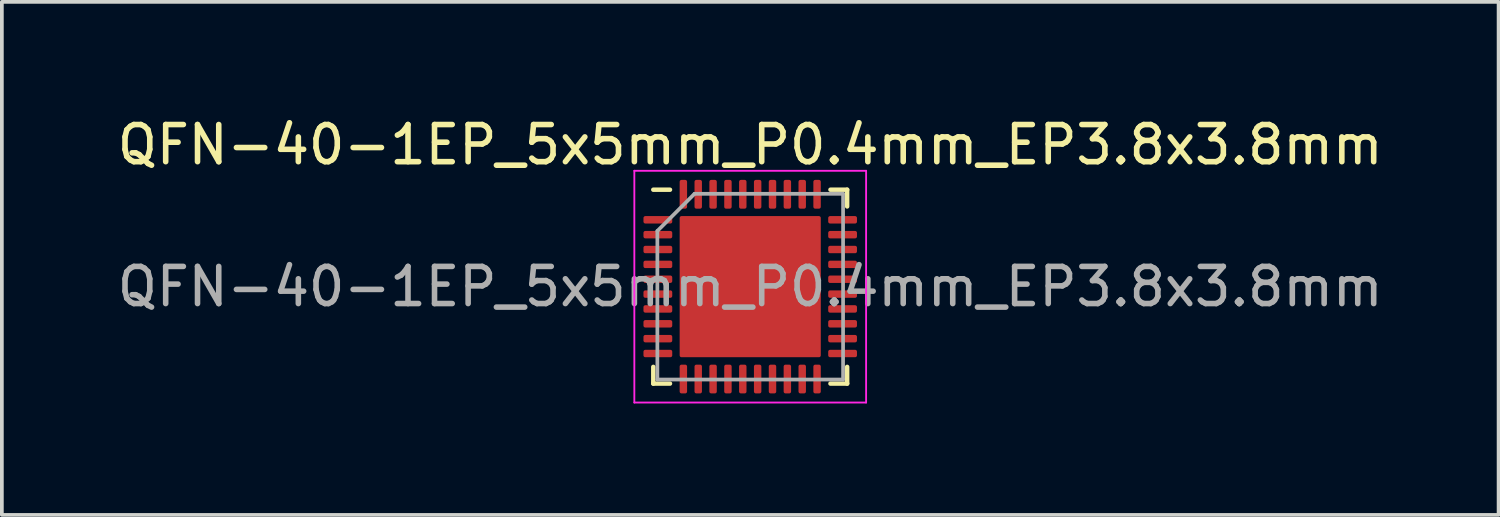
<source format=kicad_pcb>
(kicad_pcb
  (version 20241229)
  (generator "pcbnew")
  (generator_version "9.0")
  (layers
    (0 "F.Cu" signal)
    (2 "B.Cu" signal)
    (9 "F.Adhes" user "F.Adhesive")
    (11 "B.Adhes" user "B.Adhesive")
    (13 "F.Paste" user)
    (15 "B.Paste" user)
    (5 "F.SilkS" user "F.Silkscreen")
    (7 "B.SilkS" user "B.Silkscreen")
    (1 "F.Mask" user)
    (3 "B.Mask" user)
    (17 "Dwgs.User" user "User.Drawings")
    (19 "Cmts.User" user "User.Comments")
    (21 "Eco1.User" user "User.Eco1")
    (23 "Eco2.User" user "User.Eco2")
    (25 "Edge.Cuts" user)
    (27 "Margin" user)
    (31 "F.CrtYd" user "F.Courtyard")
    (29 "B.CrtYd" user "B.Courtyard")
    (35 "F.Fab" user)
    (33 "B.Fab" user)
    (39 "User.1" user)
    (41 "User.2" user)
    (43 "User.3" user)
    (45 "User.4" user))
  (footprint "QFN-40-1EP_5x5mm_P0.4mm_EP3.8x3.8mm"
    (layer "F.Cu")
    (at 17.149 4.668)
    (property "Reference" "QFN-40-1EP_5x5mm_P0.4mm_EP3.8x3.8mm" (at 0 -3.82 0) (layer "F.SilkS") (effects (font (size 1 1) (thickness 0.15))))
    (attr smd)
    (fp_line (start -2.61 2.61) (end -2.61 2.16) (stroke (width 0.12) (type solid)) (layer "F.SilkS"))
    (fp_line (start -2.16 -2.61) (end -2.61 -2.61) (stroke (width 0.12) (type solid)) (layer "F.SilkS"))
    (fp_line (start -2.16 2.61) (end -2.61 2.61) (stroke (width 0.12) (type solid)) (layer "F.SilkS"))
    (fp_line (start 2.16 -2.61) (end 2.61 -2.61) (stroke (width 0.12) (type solid)) (layer "F.SilkS"))
    (fp_line (start 2.16 2.61) (end 2.61 2.61) (stroke (width 0.12) (type solid)) (layer "F.SilkS"))
    (fp_line (start 2.61 -2.61) (end 2.61 -2.16) (stroke (width 0.12) (type solid)) (layer "F.SilkS"))
    (fp_line (start 2.61 2.61) (end 2.61 2.16) (stroke (width 0.12) (type solid)) (layer "F.SilkS"))
    (fp_line (start -3.12 -3.12) (end -3.12 3.12) (stroke (width 0.05) (type solid)) (layer "F.CrtYd"))
    (fp_line (start -3.12 3.12) (end 3.12 3.12) (stroke (width 0.05) (type solid)) (layer "F.CrtYd"))
    (fp_line (start 3.12 -3.12) (end -3.12 -3.12) (stroke (width 0.05) (type solid)) (layer "F.CrtYd"))
    (fp_line (start 3.12 3.12) (end 3.12 -3.12) (stroke (width 0.05) (type solid)) (layer "F.CrtYd"))
    (fp_line (start -2.5 -1.5) (end -1.5 -2.5) (stroke (width 0.1) (type solid)) (layer "F.Fab"))
    (fp_line (start -2.5 2.5) (end -2.5 -1.5) (stroke (width 0.1) (type solid)) (layer "F.Fab"))
    (fp_line (start -1.5 -2.5) (end 2.5 -2.5) (stroke (width 0.1) (type solid)) (layer "F.Fab"))
    (fp_line (start 2.5 -2.5) (end 2.5 2.5) (stroke (width 0.1) (type solid)) (layer "F.Fab"))
    (fp_line (start 2.5 2.5) (end -2.5 2.5) (stroke (width 0.1) (type solid)) (layer "F.Fab"))
    (fp_text user "${REFERENCE}" (at 0 0 0) (layer "F.Fab") (effects (font (size 1 1) (thickness 0.15))))
    (pad "" smd roundrect (at -1.27 -1.27) (size 1.02 1.02) (layers "F.Paste") (roundrect_rratio 0.245))
    (pad "" smd roundrect (at -1.27 0) (size 1.02 1.02) (layers "F.Paste") (roundrect_rratio 0.245))
    (pad "" smd roundrect (at -1.27 1.27) (size 1.02 1.02) (layers "F.Paste") (roundrect_rratio 0.245))
    (pad "" smd roundrect (at 0 -1.27) (size 1.02 1.02) (layers "F.Paste") (roundrect_rratio 0.245))
    (pad "" smd roundrect (at 0 0) (size 1.02 1.02) (layers "F.Paste") (roundrect_rratio 0.245))
    (pad "" smd roundrect (at 0 1.27) (size 1.02 1.02) (layers "F.Paste") (roundrect_rratio 0.245))
    (pad "" smd roundrect (at 1.27 -1.27) (size 1.02 1.02) (layers "F.Paste") (roundrect_rratio 0.245))
    (pad "" smd roundrect (at 1.27 0) (size 1.02 1.02) (layers "F.Paste") (roundrect_rratio 0.245))
    (pad "" smd roundrect (at 1.27 1.27) (size 1.02 1.02) (layers "F.Paste") (roundrect_rratio 0.245))
    (pad "1" smd roundrect (at -2.487 -1.8) (size 0.775 0.2) (layers "F.Cu" "F.Mask" "F.Paste") (roundrect_rratio 0.25))
    (pad "2" smd roundrect (at -2.487 -1.4) (size 0.775 0.2) (layers "F.Cu" "F.Mask" "F.Paste") (roundrect_rratio 0.25))
    (pad "3" smd roundrect (at -2.487 -1) (size 0.775 0.2) (layers "F.Cu" "F.Mask" "F.Paste") (roundrect_rratio 0.25))
    (pad "4" smd roundrect (at -2.487 -0.6) (size 0.775 0.2) (layers "F.Cu" "F.Mask" "F.Paste") (roundrect_rratio 0.25))
    (pad "5" smd roundrect (at -2.487 -0.2) (size 0.775 0.2) (layers "F.Cu" "F.Mask" "F.Paste") (roundrect_rratio 0.25))
    (pad "6" smd roundrect (at -2.487 0.2) (size 0.775 0.2) (layers "F.Cu" "F.Mask" "F.Paste") (roundrect_rratio 0.25))
    (pad "7" smd roundrect (at -2.487 0.6) (size 0.775 0.2) (layers "F.Cu" "F.Mask" "F.Paste") (roundrect_rratio 0.25))
    (pad "8" smd roundrect (at -2.487 1) (size 0.775 0.2) (layers "F.Cu" "F.Mask" "F.Paste") (roundrect_rratio 0.25))
    (pad "9" smd roundrect (at -2.487 1.4) (size 0.775 0.2) (layers "F.Cu" "F.Mask" "F.Paste") (roundrect_rratio 0.25))
    (pad "10" smd roundrect (at -2.487 1.8) (size 0.775 0.2) (layers "F.Cu" "F.Mask" "F.Paste") (roundrect_rratio 0.25))
    (pad "11" smd roundrect (at -1.8 2.487) (size 0.2 0.775) (layers "F.Cu" "F.Mask" "F.Paste") (roundrect_rratio 0.25))
    (pad "12" smd roundrect (at -1.4 2.487) (size 0.2 0.775) (layers "F.Cu" "F.Mask" "F.Paste") (roundrect_rratio 0.25))
    (pad "13" smd roundrect (at -1 2.487) (size 0.2 0.775) (layers "F.Cu" "F.Mask" "F.Paste") (roundrect_rratio 0.25))
    (pad "14" smd roundrect (at -0.6 2.487) (size 0.2 0.775) (layers "F.Cu" "F.Mask" "F.Paste") (roundrect_rratio 0.25))
    (pad "15" smd roundrect (at -0.2 2.487) (size 0.2 0.775) (layers "F.Cu" "F.Mask" "F.Paste") (roundrect_rratio 0.25))
    (pad "16" smd roundrect (at 0.2 2.487) (size 0.2 0.775) (layers "F.Cu" "F.Mask" "F.Paste") (roundrect_rratio 0.25))
    (pad "17" smd roundrect (at 0.6 2.487) (size 0.2 0.775) (layers "F.Cu" "F.Mask" "F.Paste") (roundrect_rratio 0.25))
    (pad "18" smd roundrect (at 1 2.487) (size 0.2 0.775) (layers "F.Cu" "F.Mask" "F.Paste") (roundrect_rratio 0.25))
    (pad "19" smd roundrect (at 1.4 2.487) (size 0.2 0.775) (layers "F.Cu" "F.Mask" "F.Paste") (roundrect_rratio 0.25))
    (pad "20" smd roundrect (at 1.8 2.487) (size 0.2 0.775) (layers "F.Cu" "F.Mask" "F.Paste") (roundrect_rratio 0.25))
    (pad "21" smd roundrect (at 2.487 1.8) (size 0.775 0.2) (layers "F.Cu" "F.Mask" "F.Paste") (roundrect_rratio 0.25))
    (pad "22" smd roundrect (at 2.487 1.4) (size 0.775 0.2) (layers "F.Cu" "F.Mask" "F.Paste") (roundrect_rratio 0.25))
    (pad "23" smd roundrect (at 2.487 1) (size 0.775 0.2) (layers "F.Cu" "F.Mask" "F.Paste") (roundrect_rratio 0.25))
    (pad "24" smd roundrect (at 2.487 0.6) (size 0.775 0.2) (layers "F.Cu" "F.Mask" "F.Paste") (roundrect_rratio 0.25))
    (pad "25" smd roundrect (at 2.487 0.2) (size 0.775 0.2) (layers "F.Cu" "F.Mask" "F.Paste") (roundrect_rratio 0.25))
    (pad "26" smd roundrect (at 2.487 -0.2) (size 0.775 0.2) (layers "F.Cu" "F.Mask" "F.Paste") (roundrect_rratio 0.25))
    (pad "27" smd roundrect (at 2.487 -0.6) (size 0.775 0.2) (layers "F.Cu" "F.Mask" "F.Paste") (roundrect_rratio 0.25))
    (pad "28" smd roundrect (at 2.487 -1) (size 0.775 0.2) (layers "F.Cu" "F.Mask" "F.Paste") (roundrect_rratio 0.25))
    (pad "29" smd roundrect (at 2.487 -1.4) (size 0.775 0.2) (layers "F.Cu" "F.Mask" "F.Paste") (roundrect_rratio 0.25))
    (pad "30" smd roundrect (at 2.487 -1.8) (size 0.775 0.2) (layers "F.Cu" "F.Mask" "F.Paste") (roundrect_rratio 0.25))
    (pad "31" smd roundrect (at 1.8 -2.487) (size 0.2 0.775) (layers "F.Cu" "F.Mask" "F.Paste") (roundrect_rratio 0.25))
    (pad "32" smd roundrect (at 1.4 -2.487) (size 0.2 0.775) (layers "F.Cu" "F.Mask" "F.Paste") (roundrect_rratio 0.25))
    (pad "33" smd roundrect (at 1 -2.487) (size 0.2 0.775) (layers "F.Cu" "F.Mask" "F.Paste") (roundrect_rratio 0.25))
    (pad "34" smd roundrect (at 0.6 -2.487) (size 0.2 0.775) (layers "F.Cu" "F.Mask" "F.Paste") (roundrect_rratio 0.25))
    (pad "35" smd roundrect (at 0.2 -2.487) (size 0.2 0.775) (layers "F.Cu" "F.Mask" "F.Paste") (roundrect_rratio 0.25))
    (pad "36" smd roundrect (at -0.2 -2.487) (size 0.2 0.775) (layers "F.Cu" "F.Mask" "F.Paste") (roundrect_rratio 0.25))
    (pad "37" smd roundrect (at -0.6 -2.487) (size 0.2 0.775) (layers "F.Cu" "F.Mask" "F.Paste") (roundrect_rratio 0.25))
    (pad "38" smd roundrect (at -1 -2.487) (size 0.2 0.775) (layers "F.Cu" "F.Mask" "F.Paste") (roundrect_rratio 0.25))
    (pad "39" smd roundrect (at -1.4 -2.487) (size 0.2 0.775) (layers "F.Cu" "F.Mask" "F.Paste") (roundrect_rratio 0.25))
    (pad "40" smd roundrect (at -1.8 -2.487) (size 0.2 0.775) (layers "F.Cu" "F.Mask" "F.Paste") (roundrect_rratio 0.25))
    (pad "41" smd roundrect (at 0 0) (size 3.8 3.8) (layers "F.Cu" "F.Mask") (roundrect_rratio 0.013)))
  (gr_rect
    (start -3 -3)
    (end 37.298 10.813)
    (stroke (width 0.1) (type default))
    (fill no)
    (layer "Edge.Cuts")))
</source>
